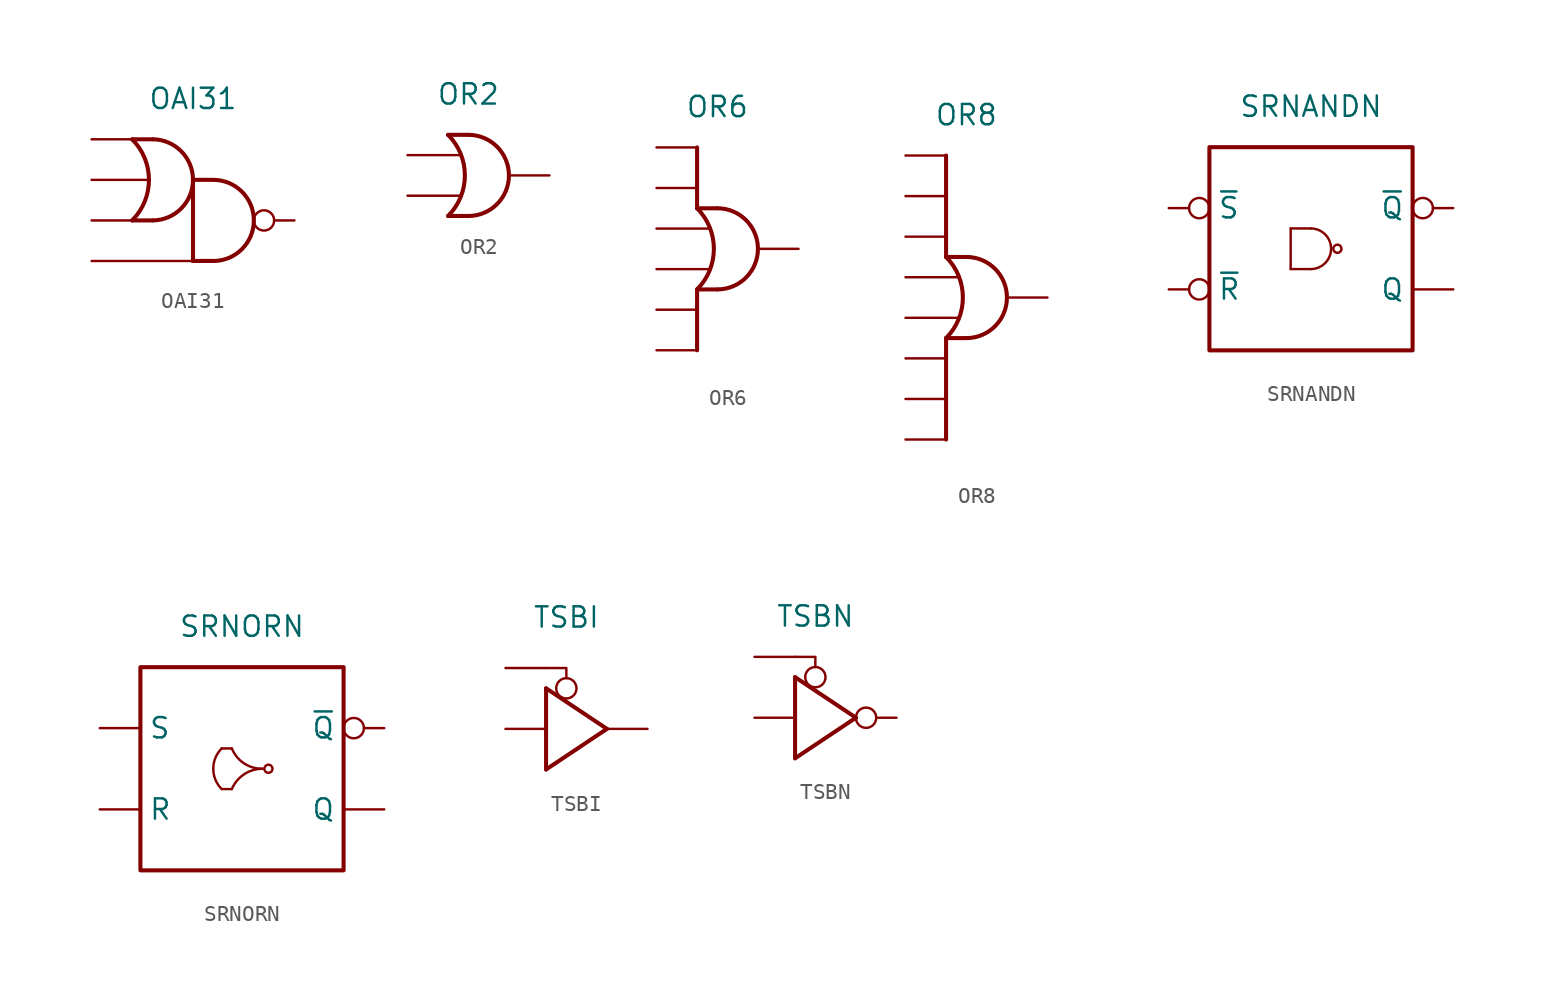
<source format=kicad_sym>
(kicad_symbol_lib
  (version 20211014)
  (generator kicad_symbol_editor)
  (symbol "OAI31"
    (property "Reference" "U"
      (at 0 10.16 0)
      (effects (font (size 1.27 1.27)) hide))
    (property "Value" "OAI31"
      (at 0 7.62 0)
      (effects (font (size 1.27 1.27))))
    (symbol "OAI31_0_0"
      (arc (start -3.81 0) (mid -2.7579 2.54) (end -3.81 5.08) (stroke (width 0.254) (type default) (color 0 0 0 0)) (fill (type none)))
      (arc (start -2.5175 0) (mid 0.0001 2.54) (end -2.5175 5.08) (stroke (width 0.254) (type default) (color 0 0 0 0)) (fill (type none)))
      (polyline (pts (xy -3.81 5.08) (xy -2.54 5.08)) (stroke (width 0.254) (type default) (color 0 0 0 0)) (fill (type none)))
      (polyline (pts (xy -2.54 0) (xy -3.81 0)) (stroke (width 0.254) (type default) (color 0 0 0 0)) (fill (type none)))
      (polyline (pts (xy 0 -2.54) (xy 1.27 -2.54)) (stroke (width 0.254) (type default) (color 0 0 0 0)) (fill (type none)))
      (polyline (pts (xy 0 2.54) (xy 0 -2.54)) (stroke (width 0.254) (type default) (color 0 0 0 0)) (fill (type none)))
      (polyline (pts (xy 0 2.54) (xy 1.27 2.54)) (stroke (width 0.254) (type default) (color 0 0 0 0)) (fill (type none)))
      (polyline (pts (xy 1.27 -2.54) (xy 0 -2.54)) (stroke (width 0.254) (type default) (color 0 0 0 0)) (fill (type none)))
      (arc (start 1.2925 -2.54) (mid 3.8101 0) (end 1.2925 2.54) (stroke (width 0.254) (type default) (color 0 0 0 0)) (fill (type none))))
    (symbol "OAI31_1_1"
      (pin input line (at -6.35 -2.54 0) (length 6.35) (name "" (effects (font (size 1.27 1.27)))) (number "" (effects (font (size 1.27 1.27)))))
      (pin input line (at -6.35 0 0) (length 2.54) (name "" (effects (font (size 1.27 1.27)))) (number "" (effects (font (size 1.27 1.27)))))
      (pin input line (at -6.35 2.54 0) (length 3.6) (name "" (effects (font (size 1.27 1.27)))) (number "" (effects (font (size 1.27 1.27)))))
      (pin input line (at -6.35 5.08 0) (length 2.54) (name "" (effects (font (size 1.27 1.27)))) (number "" (effects (font (size 1.27 1.27)))))
      (pin output inverted (at 6.35 0 180) (length 2.54) (name "" (effects (font (size 1.27 1.27)))) (number "" (effects (font (size 1.27 1.27)))))))
  (symbol "OR2"
    (property "Reference" "U"
      (at 0 7.62 0)
      (effects (font (size 1.27 1.27)) hide))
    (property "Value" "OR2"
      (at 0 5.08 0)
      (effects (font (size 1.27 1.27))))
    (symbol "OR2_0_0"
      (arc (start -1.27 -2.54) (mid -0.2179 0) (end -1.27 2.54) (stroke (width 0.254) (type default) (color 0 0 0 0)) (fill (type none)))
      (polyline (pts (xy -1.27 2.54) (xy 0 2.54)) (stroke (width 0.254) (type default) (color 0 0 0 0)) (fill (type none)))
      (polyline (pts (xy 0 -2.54) (xy -1.27 -2.54)) (stroke (width 0.254) (type default) (color 0 0 0 0)) (fill (type none)))
      (arc (start 0.0225 -2.54) (mid 2.5401 0) (end 0.0225 2.54) (stroke (width 0.254) (type default) (color 0 0 0 0)) (fill (type none))))
    (symbol "OR2_1_1"
      (pin input line (at -3.81 -1.27 0) (length 3.36) (name "" (effects (font (size 1.27 1.27)))) (number "" (effects (font (size 1.27 1.27)))))
      (pin input line (at -3.81 1.27 0) (length 3.36) (name "" (effects (font (size 1.27 1.27)))) (number "" (effects (font (size 1.27 1.27)))))
      (pin output line (at 5.08 0 180) (length 2.54) (name "" (effects (font (size 1.27 1.27)))) (number "" (effects (font (size 1.27 1.27)))))))
  (symbol "OR6"
    (property "Reference" "U"
      (at 0 11.43 0)
      (effects (font (size 1.27 1.27)) hide))
    (property "Value" "OR6"
      (at 0 8.89 0)
      (effects (font (size 1.27 1.27))))
    (symbol "OR6_0_0"
      (arc (start -1.27 -2.54) (mid -0.2179 0) (end -1.27 2.54) (stroke (width 0.254) (type default) (color 0 0 0 0)) (fill (type none)))
      (polyline (pts (xy -1.27 -2.54) (xy -1.27 -6.35)) (stroke (width 0.254) (type default) (color 0 0 0 0)) (fill (type none)))
      (polyline (pts (xy -1.27 2.54) (xy 0 2.54)) (stroke (width 0.254) (type default) (color 0 0 0 0)) (fill (type none)))
      (polyline (pts (xy -1.27 6.35) (xy -1.27 2.54)) (stroke (width 0.254) (type default) (color 0 0 0 0)) (fill (type none)))
      (polyline (pts (xy 0 -2.54) (xy -1.27 -2.54)) (stroke (width 0.254) (type default) (color 0 0 0 0)) (fill (type none)))
      (arc (start 0.0225 -2.54) (mid 2.5401 0) (end 0.0225 2.54) (stroke (width 0.254) (type default) (color 0 0 0 0)) (fill (type none))))
    (symbol "OR6_1_1"
      (pin input line (at -3.81 -6.35 0) (length 2.54) (name "" (effects (font (size 1.27 1.27)))) (number "" (effects (font (size 1.27 1.27)))))
      (pin input line (at -3.81 -3.81 0) (length 2.54) (name "" (effects (font (size 1.27 1.27)))) (number "" (effects (font (size 1.27 1.27)))))
      (pin input line (at -3.81 -1.27 0) (length 3.36) (name "" (effects (font (size 1.27 1.27)))) (number "" (effects (font (size 1.27 1.27)))))
      (pin input line (at -3.81 1.27 0) (length 3.36) (name "" (effects (font (size 1.27 1.27)))) (number "" (effects (font (size 1.27 1.27)))))
      (pin input line (at -3.81 3.81 0) (length 2.54) (name "" (effects (font (size 1.27 1.27)))) (number "" (effects (font (size 1.27 1.27)))))
      (pin input line (at -3.81 6.35 0) (length 2.54) (name "" (effects (font (size 1.27 1.27)))) (number "" (effects (font (size 1.27 1.27)))))
      (pin output line (at 5.08 0 180) (length 2.54) (name "" (effects (font (size 1.27 1.27)))) (number "" (effects (font (size 1.27 1.27)))))))
  (symbol "OR8"
    (property "Reference" "U"
      (at 0 13.97 0)
      (effects (font (size 1.27 1.27)) hide))
    (property "Value" "OR8"
      (at 0 11.43 0)
      (effects (font (size 1.27 1.27))))
    (symbol "OR8_0_0"
      (arc (start -1.27 -2.54) (mid -0.2179 0) (end -1.27 2.54) (stroke (width 0.254) (type default) (color 0 0 0 0)) (fill (type none)))
      (polyline (pts (xy -1.27 -2.54) (xy -1.27 -8.89)) (stroke (width 0.254) (type default) (color 0 0 0 0)) (fill (type none)))
      (polyline (pts (xy -1.27 2.54) (xy 0 2.54)) (stroke (width 0.254) (type default) (color 0 0 0 0)) (fill (type none)))
      (polyline (pts (xy -1.27 8.89) (xy -1.27 2.54)) (stroke (width 0.254) (type default) (color 0 0 0 0)) (fill (type none)))
      (polyline (pts (xy 0 -2.54) (xy -1.27 -2.54)) (stroke (width 0.254) (type default) (color 0 0 0 0)) (fill (type none)))
      (arc (start 0.0225 -2.54) (mid 2.5401 0) (end 0.0225 2.54) (stroke (width 0.254) (type default) (color 0 0 0 0)) (fill (type none))))
    (symbol "OR8_1_1"
      (pin input line (at -3.81 -8.89 0) (length 2.54) (name "" (effects (font (size 1.27 1.27)))) (number "" (effects (font (size 1.27 1.27)))))
      (pin input line (at -3.81 -6.35 0) (length 2.54) (name "" (effects (font (size 1.27 1.27)))) (number "" (effects (font (size 1.27 1.27)))))
      (pin input line (at -3.81 -3.81 0) (length 2.54) (name "" (effects (font (size 1.27 1.27)))) (number "" (effects (font (size 1.27 1.27)))))
      (pin input line (at -3.81 -1.27 0) (length 3.36) (name "" (effects (font (size 1.27 1.27)))) (number "" (effects (font (size 1.27 1.27)))))
      (pin input line (at -3.81 1.27 0) (length 3.36) (name "" (effects (font (size 1.27 1.27)))) (number "" (effects (font (size 1.27 1.27)))))
      (pin input line (at -3.81 3.81 0) (length 2.54) (name "" (effects (font (size 1.27 1.27)))) (number "" (effects (font (size 1.27 1.27)))))
      (pin input line (at -3.81 6.35 0) (length 2.54) (name "" (effects (font (size 1.27 1.27)))) (number "" (effects (font (size 1.27 1.27)))))
      (pin input line (at -3.81 8.89 0) (length 2.54) (name "" (effects (font (size 1.27 1.27)))) (number "" (effects (font (size 1.27 1.27)))))
      (pin output line (at 5.08 0 180) (length 2.54) (name "" (effects (font (size 1.27 1.27)))) (number "" (effects (font (size 1.27 1.27)))))))
  (symbol "SRNANDN"
    (property "Reference" "U"
      (at 0 11.43 0)
      (effects (font (size 1.27 1.27)) hide))
    (property "Value" "SRNANDN"
      (at 0 8.89 0)
      (effects (font (size 1.27 1.27))))
    (symbol "SRNANDN_0_0"
      (arc (start 0 -1.27) (mid 1.2542 0) (end 0 1.27) (stroke (width 0) (type default) (color 0 0 0 0)) (fill (type none)))
      (polyline (pts (xy -1.27 1.27) (xy -1.27 -1.27)) (stroke (width 0) (type default) (color 0 0 0 0)) (fill (type none)))
      (polyline (pts (xy 0 -1.27) (xy -1.27 -1.27)) (stroke (width 0) (type default) (color 0 0 0 0)) (fill (type none)))
      (polyline (pts (xy 0 1.27) (xy -1.27 1.27)) (stroke (width 0) (type default) (color 0 0 0 0)) (fill (type none)))
      (circle (center 1.651 0) (radius 0.254) (stroke (width 0) (type default) (color 0 0 0 0)) (fill (type none))))
    (symbol "SRNANDN_0_1"
      (rectangle (start -6.35 6.35) (end 6.35 -6.35) (stroke (width 0.254) (type default) (color 0 0 0 0)) (fill (type none))))
    (symbol "SRNANDN_1_1"
      (pin output line (at 8.89 -2.54 180) (length 2.54) (name "Q" (effects (font (size 1.27 1.27)))) (number "" (effects (font (size 1.27 1.27)))))
      (pin output inverted (at 8.89 2.54 180) (length 2.54) (name "~{Q}" (effects (font (size 1.27 1.27)))) (number "" (effects (font (size 1.27 1.27)))))
      (pin input inverted (at -8.89 -2.54 0) (length 2.54) (name "~{R}" (effects (font (size 1.27 1.27)))) (number "" (effects (font (size 1.27 1.27)))))
      (pin input inverted (at -8.89 2.54 0) (length 2.54) (name "~{S}" (effects (font (size 1.27 1.27)))) (number "" (effects (font (size 1.27 1.27)))))))
  (symbol "SRNORN"
    (property "Reference" "U"
      (at 0 11.43 0)
      (effects (font (size 1.27 1.27)) hide))
    (property "Value" "SRNORN"
      (at 0 8.89 0)
      (effects (font (size 1.27 1.27))))
    (symbol "SRNORN_0_0"
      (arc (start -1.2699 1.27) (mid -4.3361 0) (end -1.2699 -1.27) (stroke (width 0) (type default) (color 0 0 0 0)) (fill (type none)))
      (arc (start -0.635 1.27) (mid -1.7375 -2.4477) (end 1.27 0) (stroke (width 0) (type default) (color 0 0 0 0)) (fill (type none)))
      (polyline (pts (xy -0.635 -1.27) (xy -1.27 -1.27)) (stroke (width 0) (type default) (color 0 0 0 0)) (fill (type none)))
      (polyline (pts (xy -0.635 1.27) (xy -1.27 1.27)) (stroke (width 0) (type default) (color 0 0 0 0)) (fill (type none)))
      (arc (start 1.27 0) (mid -1.8003 2.5418) (end -0.635 -1.27) (stroke (width 0) (type default) (color 0 0 0 0)) (fill (type none)))
      (circle (center 1.651 0) (radius 0.254) (stroke (width 0) (type default) (color 0 0 0 0)) (fill (type none))))
    (symbol "SRNORN_0_1"
      (rectangle (start -6.35 6.35) (end 6.35 -6.35) (stroke (width 0.254) (type default) (color 0 0 0 0)) (fill (type none))))
    (symbol "SRNORN_1_1"
      (pin output line (at 8.89 -2.54 180) (length 2.54) (name "Q" (effects (font (size 1.27 1.27)))) (number "" (effects (font (size 1.27 1.27)))))
      (pin input line (at -8.89 -2.54 0) (length 2.54) (name "R" (effects (font (size 1.27 1.27)))) (number "" (effects (font (size 1.27 1.27)))))
      (pin input line (at -8.89 2.54 0) (length 2.54) (name "S" (effects (font (size 1.27 1.27)))) (number "" (effects (font (size 1.27 1.27)))))
      (pin output inverted (at 8.89 2.54 180) (length 2.54) (name "~{Q}" (effects (font (size 1.27 1.27)))) (number "" (effects (font (size 1.27 1.27)))))))
  (symbol "TSBI"
    (property "Reference" "U"
      (at 0 9.525 0)
      (effects (font (size 1.27 1.27)) hide))
    (property "Value" "TSBI"
      (at 0 6.985 0)
      (effects (font (size 1.27 1.27))))
    (symbol "TSBI_0_0"
      (polyline (pts (xy -1.27 -2.54) (xy 2.54 0)) (stroke (width 0.254) (type default) (color 0 0 0 0)) (fill (type none)))
      (polyline (pts (xy -1.27 2.54) (xy -1.27 -2.54)) (stroke (width 0.254) (type default) (color 0 0 0 0)) (fill (type none)))
      (polyline (pts (xy -1.27 2.54) (xy 2.54 0)) (stroke (width 0.254) (type default) (color 0 0 0 0)) (fill (type none))))
    (symbol "TSBI_0_1"
      (polyline (pts (xy -1.27 3.81) (xy 0 3.81) (xy 0 3.175)) (stroke (width 0) (type default) (color 0 0 0 0)) (fill (type none)))
      (circle (center 0 2.54) (radius 0.635) (stroke (width 0) (type default) (color 0 0 0 0)) (fill (type none))))
    (symbol "TSBI_1_1"
      (pin input line (at -3.81 0 0) (length 2.54) (name "" (effects (font (size 1.27 1.27)))) (number "" (effects (font (size 1.27 1.27)))))
      (pin input line (at -3.81 3.81 0) (length 2.54) (name "" (effects (font (size 1.27 1.27)))) (number "" (effects (font (size 1.27 1.27)))))
      (pin output line (at 5.08 0 180) (length 2.54) (name "" (effects (font (size 1.27 1.27)))) (number "" (effects (font (size 1.27 1.27)))))))
  (symbol "TSBN"
    (property "Reference" "U"
      (at 0 8.89 0)
      (effects (font (size 1.27 1.27)) hide))
    (property "Value" "TSBN"
      (at 0 6.35 0)
      (effects (font (size 1.27 1.27))))
    (symbol "TSBN_0_0"
      (polyline (pts (xy -1.27 -2.54) (xy 2.54 0)) (stroke (width 0.254) (type default) (color 0 0 0 0)) (fill (type none)))
      (polyline (pts (xy -1.27 2.54) (xy -1.27 -2.54)) (stroke (width 0.254) (type default) (color 0 0 0 0)) (fill (type none)))
      (polyline (pts (xy -1.27 2.54) (xy 2.54 0)) (stroke (width 0.254) (type default) (color 0 0 0 0)) (fill (type none))))
    (symbol "TSBN_0_1"
      (polyline (pts (xy -1.27 3.81) (xy 0 3.81) (xy 0 3.175)) (stroke (width 0) (type default) (color 0 0 0 0)) (fill (type none)))
      (circle (center 0 2.54) (radius 0.635) (stroke (width 0) (type default) (color 0 0 0 0)) (fill (type none))))
    (symbol "TSBN_1_1"
      (pin input line (at -3.81 0 0) (length 2.54) (name "" (effects (font (size 1.27 1.27)))) (number "" (effects (font (size 1.27 1.27)))))
      (pin input line (at -3.81 3.81 0) (length 2.54) (name "" (effects (font (size 1.27 1.27)))) (number "" (effects (font (size 1.27 1.27)))))
      (pin output inverted (at 5.08 0 180) (length 2.54) (name "" (effects (font (size 1.27 1.27)))) (number "" (effects (font (size 1.27 1.27))))))))
</source>
